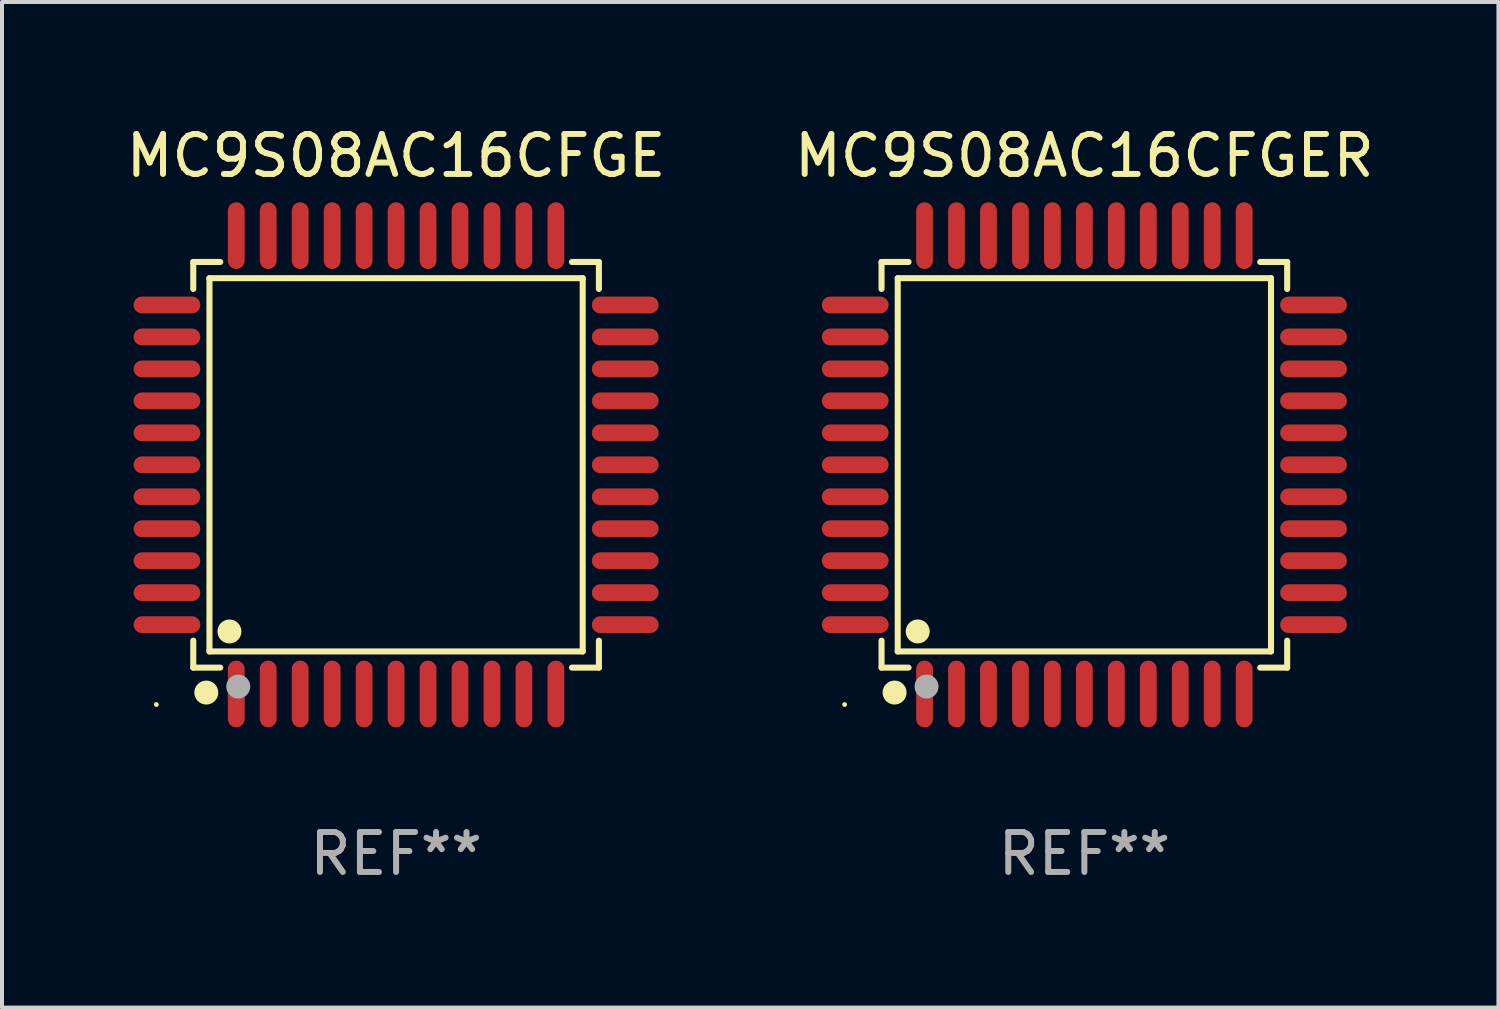
<source format=kicad_pcb>
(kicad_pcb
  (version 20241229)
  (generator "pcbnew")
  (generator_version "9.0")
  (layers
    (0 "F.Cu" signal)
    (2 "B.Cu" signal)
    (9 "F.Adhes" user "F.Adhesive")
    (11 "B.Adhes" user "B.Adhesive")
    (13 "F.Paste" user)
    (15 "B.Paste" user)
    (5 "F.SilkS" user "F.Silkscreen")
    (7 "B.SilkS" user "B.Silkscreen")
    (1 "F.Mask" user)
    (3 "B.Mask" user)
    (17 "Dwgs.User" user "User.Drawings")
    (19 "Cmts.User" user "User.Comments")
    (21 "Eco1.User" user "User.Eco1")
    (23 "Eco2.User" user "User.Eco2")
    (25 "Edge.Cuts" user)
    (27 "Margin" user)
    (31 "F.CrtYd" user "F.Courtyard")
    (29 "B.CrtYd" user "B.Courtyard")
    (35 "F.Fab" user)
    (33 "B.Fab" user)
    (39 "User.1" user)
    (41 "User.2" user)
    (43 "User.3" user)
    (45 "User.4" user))
  (footprint "MC9S08AC16CFGER"
    (layer "F.Cu")
    (at 24.089 8.583)
    (property "Reference" "MC9S08AC16CFGER" (at 0 -7.735 0) (layer "F.SilkS") (effects (font (size 1 1) (thickness 0.15))))
    (attr through_hole)
    (fp_line (start -5.076 -5.076) (end -4.401 -5.076) (stroke (width 0.152) (type solid)) (layer "F.SilkS"))
    (fp_line (start -5.076 -4.401) (end -5.076 -5.076) (stroke (width 0.152) (type solid)) (layer "F.SilkS"))
    (fp_line (start -5.076 4.401) (end -5.076 5.076) (stroke (width 0.152) (type solid)) (layer "F.SilkS"))
    (fp_line (start -5.076 5.076) (end -4.401 5.076) (stroke (width 0.152) (type solid)) (layer "F.SilkS"))
    (fp_line (start -4.671 -4.671) (end 4.671 -4.671) (stroke (width 0.152) (type solid)) (layer "F.SilkS"))
    (fp_line (start -4.671 4.671) (end -4.671 -4.671) (stroke (width 0.152) (type solid)) (layer "F.SilkS"))
    (fp_line (start 4.671 -4.671) (end 4.671 4.671) (stroke (width 0.152) (type solid)) (layer "F.SilkS"))
    (fp_line (start 4.671 4.671) (end -4.671 4.671) (stroke (width 0.152) (type solid)) (layer "F.SilkS"))
    (fp_line (start 5.076 -5.076) (end 4.401 -5.076) (stroke (width 0.152) (type solid)) (layer "F.SilkS"))
    (fp_line (start 5.076 -4.401) (end 5.076 -5.076) (stroke (width 0.152) (type solid)) (layer "F.SilkS"))
    (fp_line (start 5.076 4.401) (end 5.076 5.076) (stroke (width 0.152) (type solid)) (layer "F.SilkS"))
    (fp_line (start 5.076 5.076) (end 4.401 5.076) (stroke (width 0.152) (type solid)) (layer "F.SilkS"))
    (fp_circle (center -6 6) (end -5.97 6) (stroke (width 0.06) (type solid)) (fill no) (layer "F.SilkS"))
    (fp_circle (center -4.75 5.7) (end -4.6 5.7) (stroke (width 0.3) (type solid)) (fill no) (layer "F.SilkS"))
    (fp_circle (center -4.171 4.171) (end -4.021 4.171) (stroke (width 0.3) (type solid)) (fill no) (layer "F.SilkS"))
    (fp_circle (center -3.95 5.55) (end -3.8 5.55) (stroke (width 0.3) (type solid)) (fill no) (layer "F.Fab"))
    (fp_text user "REF**" (at 0 9.735 0) (layer "F.Fab") (effects (font (size 1 1) (thickness 0.15))))
    (pad "1" smd oval (at -4 5.735) (size 0.42 1.67) (layers "F.Cu" "F.Mask" "F.Paste"))
    (pad "2" smd oval (at -3.2 5.735) (size 0.42 1.67) (layers "F.Cu" "F.Mask" "F.Paste"))
    (pad "3" smd oval (at -2.4 5.735) (size 0.42 1.67) (layers "F.Cu" "F.Mask" "F.Paste"))
    (pad "4" smd oval (at -1.6 5.735) (size 0.42 1.67) (layers "F.Cu" "F.Mask" "F.Paste"))
    (pad "5" smd oval (at -0.8 5.735) (size 0.42 1.67) (layers "F.Cu" "F.Mask" "F.Paste"))
    (pad "6" smd oval (at 0 5.735) (size 0.42 1.67) (layers "F.Cu" "F.Mask" "F.Paste"))
    (pad "7" smd oval (at 0.8 5.735) (size 0.42 1.67) (layers "F.Cu" "F.Mask" "F.Paste"))
    (pad "8" smd oval (at 1.6 5.735) (size 0.42 1.67) (layers "F.Cu" "F.Mask" "F.Paste"))
    (pad "9" smd oval (at 2.4 5.735) (size 0.42 1.67) (layers "F.Cu" "F.Mask" "F.Paste"))
    (pad "10" smd oval (at 3.2 5.735) (size 0.42 1.67) (layers "F.Cu" "F.Mask" "F.Paste"))
    (pad "11" smd oval (at 4 5.735) (size 0.42 1.67) (layers "F.Cu" "F.Mask" "F.Paste"))
    (pad "12" smd oval (at 5.735 4) (size 1.67 0.42) (layers "F.Cu" "F.Mask" "F.Paste"))
    (pad "13" smd oval (at 5.735 3.2) (size 1.67 0.42) (layers "F.Cu" "F.Mask" "F.Paste"))
    (pad "14" smd oval (at 5.735 2.4) (size 1.67 0.42) (layers "F.Cu" "F.Mask" "F.Paste"))
    (pad "15" smd oval (at 5.735 1.6) (size 1.67 0.42) (layers "F.Cu" "F.Mask" "F.Paste"))
    (pad "16" smd oval (at 5.735 0.8) (size 1.67 0.42) (layers "F.Cu" "F.Mask" "F.Paste"))
    (pad "17" smd oval (at 5.735 0) (size 1.67 0.42) (layers "F.Cu" "F.Mask" "F.Paste"))
    (pad "18" smd oval (at 5.735 -0.8) (size 1.67 0.42) (layers "F.Cu" "F.Mask" "F.Paste"))
    (pad "19" smd oval (at 5.735 -1.6) (size 1.67 0.42) (layers "F.Cu" "F.Mask" "F.Paste"))
    (pad "20" smd oval (at 5.735 -2.4) (size 1.67 0.42) (layers "F.Cu" "F.Mask" "F.Paste"))
    (pad "21" smd oval (at 5.735 -3.2) (size 1.67 0.42) (layers "F.Cu" "F.Mask" "F.Paste"))
    (pad "22" smd oval (at 5.735 -4) (size 1.67 0.42) (layers "F.Cu" "F.Mask" "F.Paste"))
    (pad "23" smd oval (at 4 -5.735) (size 0.42 1.67) (layers "F.Cu" "F.Mask" "F.Paste"))
    (pad "24" smd oval (at 3.2 -5.735) (size 0.42 1.67) (layers "F.Cu" "F.Mask" "F.Paste"))
    (pad "25" smd oval (at 2.4 -5.735) (size 0.42 1.67) (layers "F.Cu" "F.Mask" "F.Paste"))
    (pad "26" smd oval (at 1.6 -5.735) (size 0.42 1.67) (layers "F.Cu" "F.Mask" "F.Paste"))
    (pad "27" smd oval (at 0.8 -5.735) (size 0.42 1.67) (layers "F.Cu" "F.Mask" "F.Paste"))
    (pad "28" smd oval (at 0 -5.735) (size 0.42 1.67) (layers "F.Cu" "F.Mask" "F.Paste"))
    (pad "29" smd oval (at -0.8 -5.735) (size 0.42 1.67) (layers "F.Cu" "F.Mask" "F.Paste"))
    (pad "30" smd oval (at -1.6 -5.735) (size 0.42 1.67) (layers "F.Cu" "F.Mask" "F.Paste"))
    (pad "31" smd oval (at -2.4 -5.735) (size 0.42 1.67) (layers "F.Cu" "F.Mask" "F.Paste"))
    (pad "32" smd oval (at -3.2 -5.735) (size 0.42 1.67) (layers "F.Cu" "F.Mask" "F.Paste"))
    (pad "33" smd oval (at -4 -5.735) (size 0.42 1.67) (layers "F.Cu" "F.Mask" "F.Paste"))
    (pad "34" smd oval (at -5.735 -4) (size 1.67 0.42) (layers "F.Cu" "F.Mask" "F.Paste"))
    (pad "35" smd oval (at -5.735 -3.2) (size 1.67 0.42) (layers "F.Cu" "F.Mask" "F.Paste"))
    (pad "36" smd oval (at -5.735 -2.4) (size 1.67 0.42) (layers "F.Cu" "F.Mask" "F.Paste"))
    (pad "37" smd oval (at -5.735 -1.6) (size 1.67 0.42) (layers "F.Cu" "F.Mask" "F.Paste"))
    (pad "38" smd oval (at -5.735 -0.8) (size 1.67 0.42) (layers "F.Cu" "F.Mask" "F.Paste"))
    (pad "39" smd oval (at -5.735 0) (size 1.67 0.42) (layers "F.Cu" "F.Mask" "F.Paste"))
    (pad "40" smd oval (at -5.735 0.8) (size 1.67 0.42) (layers "F.Cu" "F.Mask" "F.Paste"))
    (pad "41" smd oval (at -5.735 1.6) (size 1.67 0.42) (layers "F.Cu" "F.Mask" "F.Paste"))
    (pad "42" smd oval (at -5.735 2.4) (size 1.67 0.42) (layers "F.Cu" "F.Mask" "F.Paste"))
    (pad "43" smd oval (at -5.735 3.2) (size 1.67 0.42) (layers "F.Cu" "F.Mask" "F.Paste"))
    (pad "44" smd oval (at -5.735 4) (size 1.67 0.42) (layers "F.Cu" "F.Mask" "F.Paste")))
  (footprint "MC9S08AC16CFGE"
    (layer "F.Cu")
    (at 6.863 8.583)
    (property "Reference" "MC9S08AC16CFGE" (at 0 -7.735 0) (layer "F.SilkS") (effects (font (size 1 1) (thickness 0.15))))
    (attr through_hole)
    (fp_line (start -5.076 -5.076) (end -4.401 -5.076) (stroke (width 0.152) (type solid)) (layer "F.SilkS"))
    (fp_line (start -5.076 -4.401) (end -5.076 -5.076) (stroke (width 0.152) (type solid)) (layer "F.SilkS"))
    (fp_line (start -5.076 4.401) (end -5.076 5.076) (stroke (width 0.152) (type solid)) (layer "F.SilkS"))
    (fp_line (start -5.076 5.076) (end -4.401 5.076) (stroke (width 0.152) (type solid)) (layer "F.SilkS"))
    (fp_line (start -4.671 -4.671) (end 4.671 -4.671) (stroke (width 0.152) (type solid)) (layer "F.SilkS"))
    (fp_line (start -4.671 4.671) (end -4.671 -4.671) (stroke (width 0.152) (type solid)) (layer "F.SilkS"))
    (fp_line (start 4.671 -4.671) (end 4.671 4.671) (stroke (width 0.152) (type solid)) (layer "F.SilkS"))
    (fp_line (start 4.671 4.671) (end -4.671 4.671) (stroke (width 0.152) (type solid)) (layer "F.SilkS"))
    (fp_line (start 5.076 -5.076) (end 4.401 -5.076) (stroke (width 0.152) (type solid)) (layer "F.SilkS"))
    (fp_line (start 5.076 -4.401) (end 5.076 -5.076) (stroke (width 0.152) (type solid)) (layer "F.SilkS"))
    (fp_line (start 5.076 4.401) (end 5.076 5.076) (stroke (width 0.152) (type solid)) (layer "F.SilkS"))
    (fp_line (start 5.076 5.076) (end 4.401 5.076) (stroke (width 0.152) (type solid)) (layer "F.SilkS"))
    (fp_circle (center -6 6) (end -5.97 6) (stroke (width 0.06) (type solid)) (fill no) (layer "F.SilkS"))
    (fp_circle (center -4.75 5.7) (end -4.6 5.7) (stroke (width 0.3) (type solid)) (fill no) (layer "F.SilkS"))
    (fp_circle (center -4.171 4.171) (end -4.021 4.171) (stroke (width 0.3) (type solid)) (fill no) (layer "F.SilkS"))
    (fp_circle (center -3.95 5.55) (end -3.8 5.55) (stroke (width 0.3) (type solid)) (fill no) (layer "F.Fab"))
    (fp_text user "REF**" (at 0 9.735 0) (layer "F.Fab") (effects (font (size 1 1) (thickness 0.15))))
    (pad "1" smd oval (at -4 5.735) (size 0.42 1.67) (layers "F.Cu" "F.Mask" "F.Paste"))
    (pad "2" smd oval (at -3.2 5.735) (size 0.42 1.67) (layers "F.Cu" "F.Mask" "F.Paste"))
    (pad "3" smd oval (at -2.4 5.735) (size 0.42 1.67) (layers "F.Cu" "F.Mask" "F.Paste"))
    (pad "4" smd oval (at -1.6 5.735) (size 0.42 1.67) (layers "F.Cu" "F.Mask" "F.Paste"))
    (pad "5" smd oval (at -0.8 5.735) (size 0.42 1.67) (layers "F.Cu" "F.Mask" "F.Paste"))
    (pad "6" smd oval (at 0 5.735) (size 0.42 1.67) (layers "F.Cu" "F.Mask" "F.Paste"))
    (pad "7" smd oval (at 0.8 5.735) (size 0.42 1.67) (layers "F.Cu" "F.Mask" "F.Paste"))
    (pad "8" smd oval (at 1.6 5.735) (size 0.42 1.67) (layers "F.Cu" "F.Mask" "F.Paste"))
    (pad "9" smd oval (at 2.4 5.735) (size 0.42 1.67) (layers "F.Cu" "F.Mask" "F.Paste"))
    (pad "10" smd oval (at 3.2 5.735) (size 0.42 1.67) (layers "F.Cu" "F.Mask" "F.Paste"))
    (pad "11" smd oval (at 4 5.735) (size 0.42 1.67) (layers "F.Cu" "F.Mask" "F.Paste"))
    (pad "12" smd oval (at 5.735 4) (size 1.67 0.42) (layers "F.Cu" "F.Mask" "F.Paste"))
    (pad "13" smd oval (at 5.735 3.2) (size 1.67 0.42) (layers "F.Cu" "F.Mask" "F.Paste"))
    (pad "14" smd oval (at 5.735 2.4) (size 1.67 0.42) (layers "F.Cu" "F.Mask" "F.Paste"))
    (pad "15" smd oval (at 5.735 1.6) (size 1.67 0.42) (layers "F.Cu" "F.Mask" "F.Paste"))
    (pad "16" smd oval (at 5.735 0.8) (size 1.67 0.42) (layers "F.Cu" "F.Mask" "F.Paste"))
    (pad "17" smd oval (at 5.735 0) (size 1.67 0.42) (layers "F.Cu" "F.Mask" "F.Paste"))
    (pad "18" smd oval (at 5.735 -0.8) (size 1.67 0.42) (layers "F.Cu" "F.Mask" "F.Paste"))
    (pad "19" smd oval (at 5.735 -1.6) (size 1.67 0.42) (layers "F.Cu" "F.Mask" "F.Paste"))
    (pad "20" smd oval (at 5.735 -2.4) (size 1.67 0.42) (layers "F.Cu" "F.Mask" "F.Paste"))
    (pad "21" smd oval (at 5.735 -3.2) (size 1.67 0.42) (layers "F.Cu" "F.Mask" "F.Paste"))
    (pad "22" smd oval (at 5.735 -4) (size 1.67 0.42) (layers "F.Cu" "F.Mask" "F.Paste"))
    (pad "23" smd oval (at 4 -5.735) (size 0.42 1.67) (layers "F.Cu" "F.Mask" "F.Paste"))
    (pad "24" smd oval (at 3.2 -5.735) (size 0.42 1.67) (layers "F.Cu" "F.Mask" "F.Paste"))
    (pad "25" smd oval (at 2.4 -5.735) (size 0.42 1.67) (layers "F.Cu" "F.Mask" "F.Paste"))
    (pad "26" smd oval (at 1.6 -5.735) (size 0.42 1.67) (layers "F.Cu" "F.Mask" "F.Paste"))
    (pad "27" smd oval (at 0.8 -5.735) (size 0.42 1.67) (layers "F.Cu" "F.Mask" "F.Paste"))
    (pad "28" smd oval (at 0 -5.735) (size 0.42 1.67) (layers "F.Cu" "F.Mask" "F.Paste"))
    (pad "29" smd oval (at -0.8 -5.735) (size 0.42 1.67) (layers "F.Cu" "F.Mask" "F.Paste"))
    (pad "30" smd oval (at -1.6 -5.735) (size 0.42 1.67) (layers "F.Cu" "F.Mask" "F.Paste"))
    (pad "31" smd oval (at -2.4 -5.735) (size 0.42 1.67) (layers "F.Cu" "F.Mask" "F.Paste"))
    (pad "32" smd oval (at -3.2 -5.735) (size 0.42 1.67) (layers "F.Cu" "F.Mask" "F.Paste"))
    (pad "33" smd oval (at -4 -5.735) (size 0.42 1.67) (layers "F.Cu" "F.Mask" "F.Paste"))
    (pad "34" smd oval (at -5.735 -4) (size 1.67 0.42) (layers "F.Cu" "F.Mask" "F.Paste"))
    (pad "35" smd oval (at -5.735 -3.2) (size 1.67 0.42) (layers "F.Cu" "F.Mask" "F.Paste"))
    (pad "36" smd oval (at -5.735 -2.4) (size 1.67 0.42) (layers "F.Cu" "F.Mask" "F.Paste"))
    (pad "37" smd oval (at -5.735 -1.6) (size 1.67 0.42) (layers "F.Cu" "F.Mask" "F.Paste"))
    (pad "38" smd oval (at -5.735 -0.8) (size 1.67 0.42) (layers "F.Cu" "F.Mask" "F.Paste"))
    (pad "39" smd oval (at -5.735 0) (size 1.67 0.42) (layers "F.Cu" "F.Mask" "F.Paste"))
    (pad "40" smd oval (at -5.735 0.8) (size 1.67 0.42) (layers "F.Cu" "F.Mask" "F.Paste"))
    (pad "41" smd oval (at -5.735 1.6) (size 1.67 0.42) (layers "F.Cu" "F.Mask" "F.Paste"))
    (pad "42" smd oval (at -5.735 2.4) (size 1.67 0.42) (layers "F.Cu" "F.Mask" "F.Paste"))
    (pad "43" smd oval (at -5.735 3.2) (size 1.67 0.42) (layers "F.Cu" "F.Mask" "F.Paste"))
    (pad "44" smd oval (at -5.735 4) (size 1.67 0.42) (layers "F.Cu" "F.Mask" "F.Paste")))
  (gr_rect
    (start -3 -3)
    (end 34.452 22.167)
    (stroke (width 0.1) (type default))
    (fill no)
    (layer "Edge.Cuts")))
</source>
